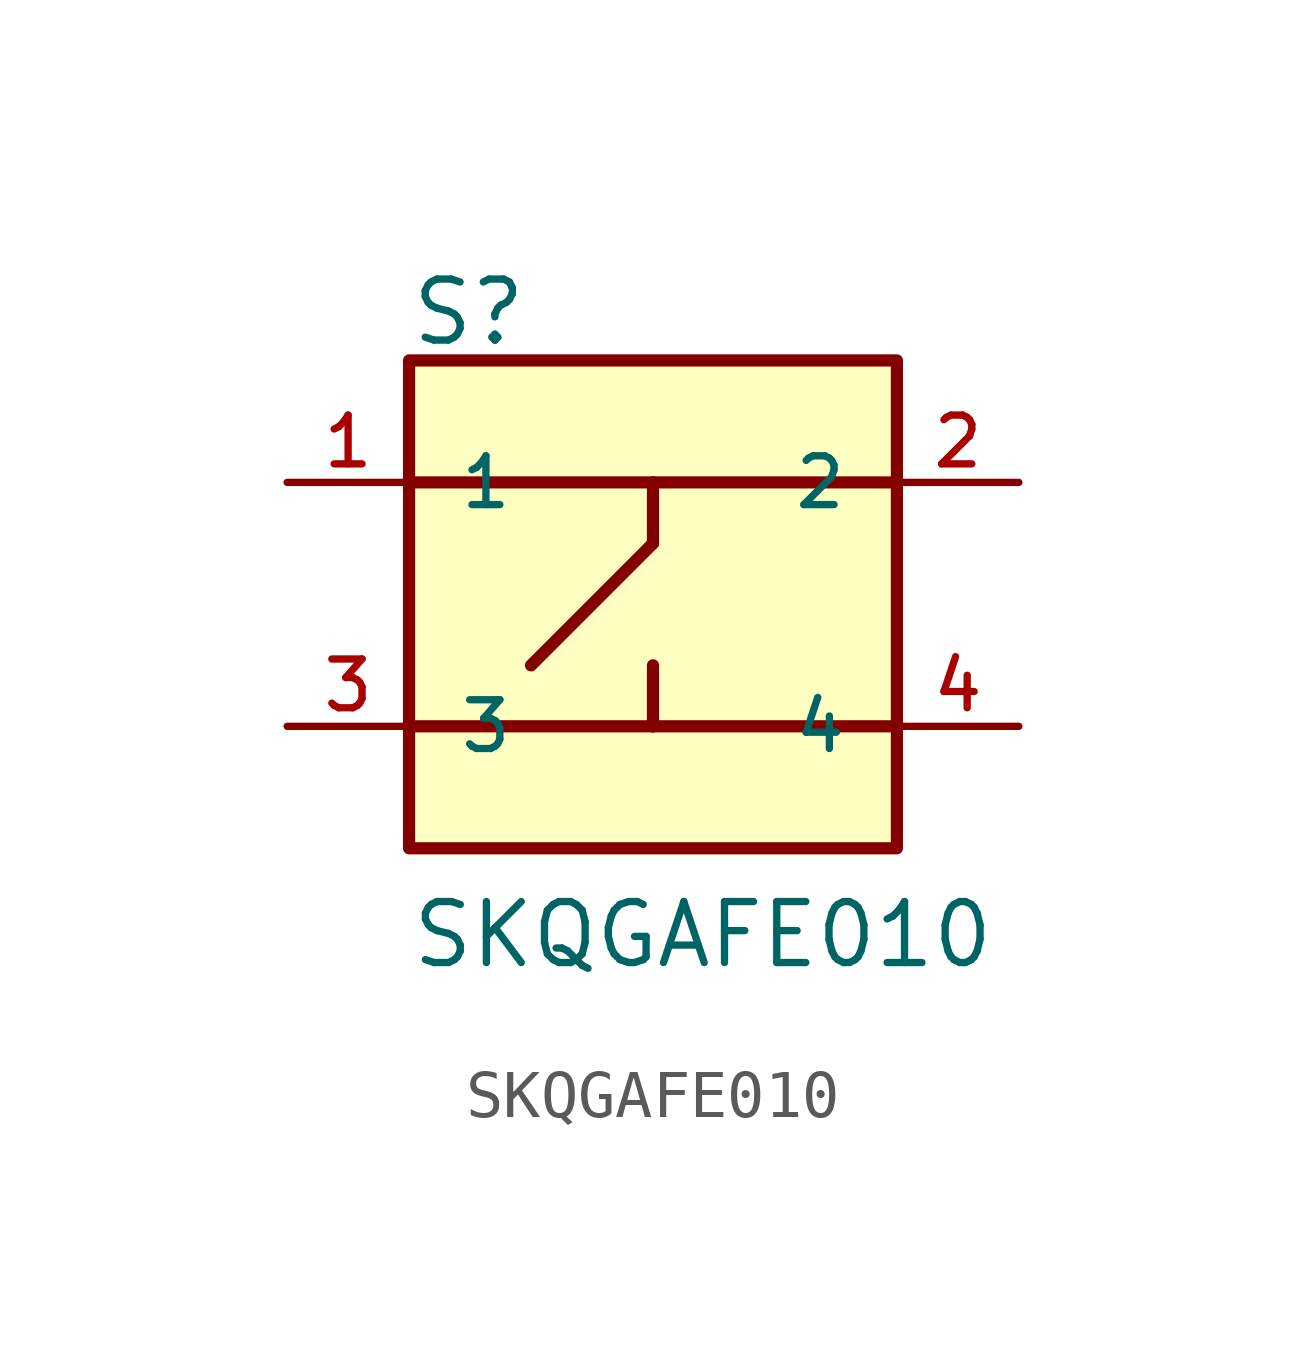
<source format=kicad_sym>
(kicad_symbol_lib
  (version 20211014)
  (generator kicad_symbol_editor)
  (symbol "SKQGAFE010"
    (pin_names
      (offset 1.016))
    (property "Reference" "S"
      (at -5.086 5.341 0)
      (effects (font (size 1.27 1.27)) (justify bottom left)))
    (property "Value" "SKQGAFE010"
      (at -5.082 -7.623 0)
      (effects (font (size 1.27 1.27)) (justify bottom left)))
    (symbol "SKQGAFE010_0_0"
      (polyline (pts (xy -5.08 2.54) (xy 0.0 2.54)) (stroke (width 0.254)))
      (polyline (pts (xy 0.0 2.54) (xy 5.08 2.54)) (stroke (width 0.254)))
      (polyline (pts (xy -5.08 -2.54) (xy 0.0 -2.54)) (stroke (width 0.254)))
      (polyline (pts (xy 0.0 -2.54) (xy 5.08 -2.54)) (stroke (width 0.254)))
      (polyline (pts (xy 0.0 -2.54) (xy 0.0 -1.27)) (stroke (width 0.254)))
      (polyline (pts (xy 0.0 2.54) (xy 0.0 1.27)) (stroke (width 0.254)))
      (polyline (pts (xy 0.0 1.27) (xy -2.54 -1.27)) (stroke (width 0.254)))
      (rectangle (start -5.08 -5.08) (end 5.08 5.08) (stroke (width 0.254)) (fill (type background)))
      (pin passive line (at -7.62 2.54 0) (length 2.54) (name "1" (effects (font (size 1.016 1.016)))) (number "1" (effects (font (size 1.016 1.016)))))
      (pin passive line (at 7.62 2.54 180.0) (length 2.54) (name "2" (effects (font (size 1.016 1.016)))) (number "2" (effects (font (size 1.016 1.016)))))
      (pin passive line (at -7.62 -2.54 0) (length 2.54) (name "3" (effects (font (size 1.016 1.016)))) (number "3" (effects (font (size 1.016 1.016)))))
      (pin passive line (at 7.62 -2.54 180.0) (length 2.54) (name "4" (effects (font (size 1.016 1.016)))) (number "4" (effects (font (size 1.016 1.016))))))))
</source>
